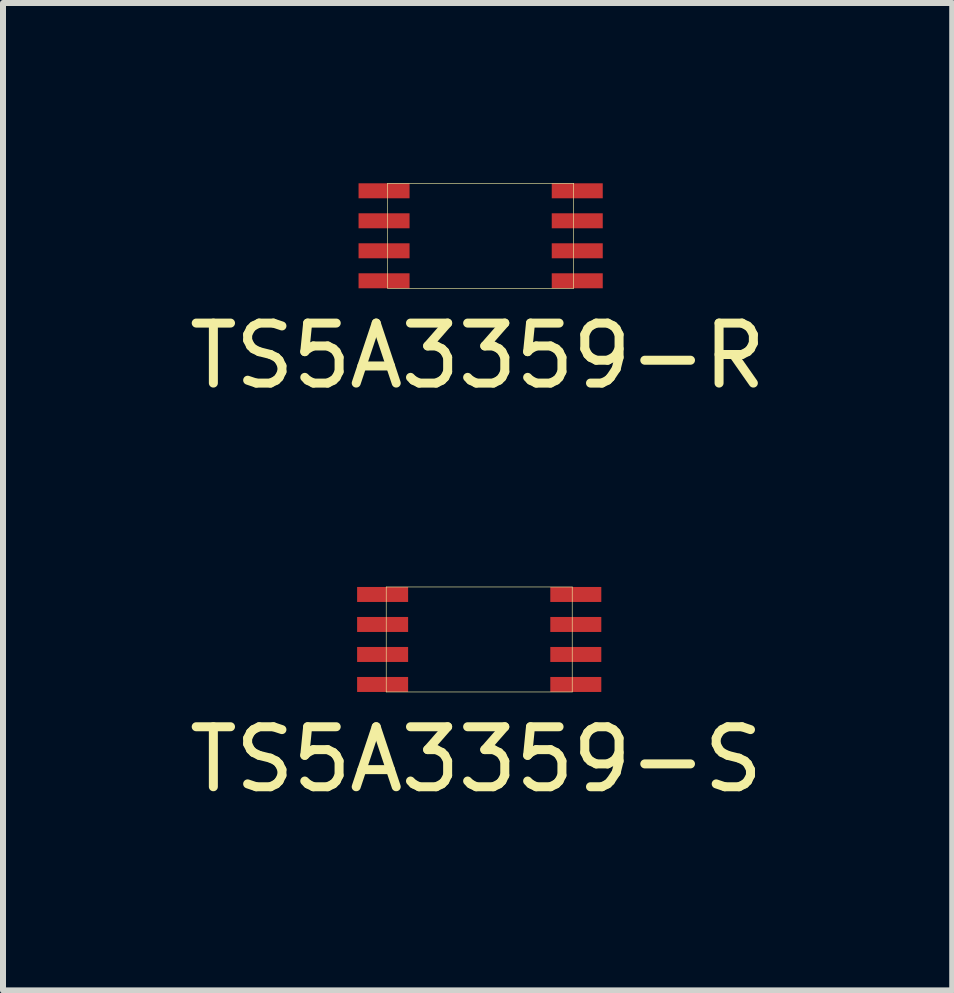
<source format=kicad_pcb>
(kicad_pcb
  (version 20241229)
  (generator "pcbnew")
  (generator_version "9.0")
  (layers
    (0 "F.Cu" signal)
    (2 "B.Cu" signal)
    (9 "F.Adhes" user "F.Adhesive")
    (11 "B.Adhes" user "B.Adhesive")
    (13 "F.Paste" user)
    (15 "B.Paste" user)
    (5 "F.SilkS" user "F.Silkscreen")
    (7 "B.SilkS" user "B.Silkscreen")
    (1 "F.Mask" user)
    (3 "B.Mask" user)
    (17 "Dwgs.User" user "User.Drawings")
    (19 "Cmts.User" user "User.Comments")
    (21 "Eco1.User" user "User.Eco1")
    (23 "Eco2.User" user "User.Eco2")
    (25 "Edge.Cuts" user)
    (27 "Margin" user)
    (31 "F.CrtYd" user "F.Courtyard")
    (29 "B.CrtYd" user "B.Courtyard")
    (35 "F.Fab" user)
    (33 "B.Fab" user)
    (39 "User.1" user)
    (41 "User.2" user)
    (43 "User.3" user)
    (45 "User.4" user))
  (footprint "TS5A3359-S"
    (layer "F.Cu")
    (at 8.897 7.958)
    (property "Reference" "TS5A3359-S" (at -4.01 1.65 0) (layer "F.SilkS") (effects (font (size 1 1) (thickness 0.15))))
    (attr through_hole)
    (fp_line (start -5.51 -1.225) (end -5.51 0.525) (stroke (width 0.01) (type solid)) (layer "F.SilkS"))
    (fp_line (start -5.51 -1.225) (end -2.41 -1.225) (stroke (width 0.01) (type solid)) (layer "F.SilkS"))
    (fp_line (start -5.51 0.525) (end -2.41 0.525) (stroke (width 0.01) (type solid)) (layer "F.SilkS"))
    (fp_line (start -2.41 -1.225) (end -2.41 0.525) (stroke (width 0.01) (type solid)) (layer "F.SilkS"))
    (pad "1" smd rect (at -5.57 -1.1) (size 0.85 0.25) (layers "F.Cu" "F.Mask" "F.Paste"))
    (pad "2" smd rect (at -5.57 -0.6) (size 0.85 0.25) (layers "F.Cu" "F.Mask" "F.Paste"))
    (pad "3" smd rect (at -5.57 -0.1) (size 0.85 0.25) (layers "F.Cu" "F.Mask" "F.Paste"))
    (pad "4" smd rect (at -5.57 0.4) (size 0.85 0.25) (layers "F.Cu" "F.Mask" "F.Paste"))
    (pad "5" smd rect (at -2.35 0.4) (size 0.85 0.25) (layers "F.Cu" "F.Mask" "F.Paste"))
    (pad "6" smd rect (at -2.35 -0.1) (size 0.85 0.25) (layers "F.Cu" "F.Mask" "F.Paste"))
    (pad "7" smd rect (at -2.35 -0.6) (size 0.85 0.25) (layers "F.Cu" "F.Mask" "F.Paste"))
    (pad "8" smd rect (at -2.35 -1.1) (size 0.85 0.25) (layers "F.Cu" "F.Mask" "F.Paste")))
  (footprint "TS5A3359-R"
    (layer "F.Cu")
    (at 8.921 1.23)
    (property "Reference" "TS5A3359-R" (at -4.01 1.65 0) (layer "F.SilkS") (effects (font (size 1 1) (thickness 0.15))))
    (attr through_hole)
    (fp_line (start -5.51 -1.225) (end -5.51 0.525) (stroke (width 0.01) (type solid)) (layer "F.SilkS"))
    (fp_line (start -5.51 -1.225) (end -2.41 -1.225) (stroke (width 0.01) (type solid)) (layer "F.SilkS"))
    (fp_line (start -5.51 0.525) (end -2.41 0.525) (stroke (width 0.01) (type solid)) (layer "F.SilkS"))
    (fp_line (start -2.41 -1.225) (end -2.41 0.525) (stroke (width 0.01) (type solid)) (layer "F.SilkS"))
    (pad "1" smd rect (at -5.57 -1.1) (size 0.85 0.25) (layers "F.Cu" "F.Mask" "F.Paste"))
    (pad "2" smd rect (at -5.57 -0.6) (size 0.85 0.25) (layers "F.Cu" "F.Mask" "F.Paste"))
    (pad "3" smd rect (at -5.57 -0.1) (size 0.85 0.25) (layers "F.Cu" "F.Mask" "F.Paste"))
    (pad "4" smd rect (at -5.57 0.4) (size 0.85 0.25) (layers "F.Cu" "F.Mask" "F.Paste"))
    (pad "5" smd rect (at -2.35 0.4) (size 0.85 0.25) (layers "F.Cu" "F.Mask" "F.Paste"))
    (pad "6" smd rect (at -2.35 -0.1) (size 0.85 0.25) (layers "F.Cu" "F.Mask" "F.Paste"))
    (pad "7" smd rect (at -2.35 -0.6) (size 0.85 0.25) (layers "F.Cu" "F.Mask" "F.Paste"))
    (pad "8" smd rect (at -2.35 -1.1) (size 0.85 0.25) (layers "F.Cu" "F.Mask" "F.Paste")))
  (gr_rect
    (start -3 -3)
    (end 12.821 13.457)
    (stroke (width 0.1) (type default))
    (fill no)
    (layer "Edge.Cuts")))
</source>
